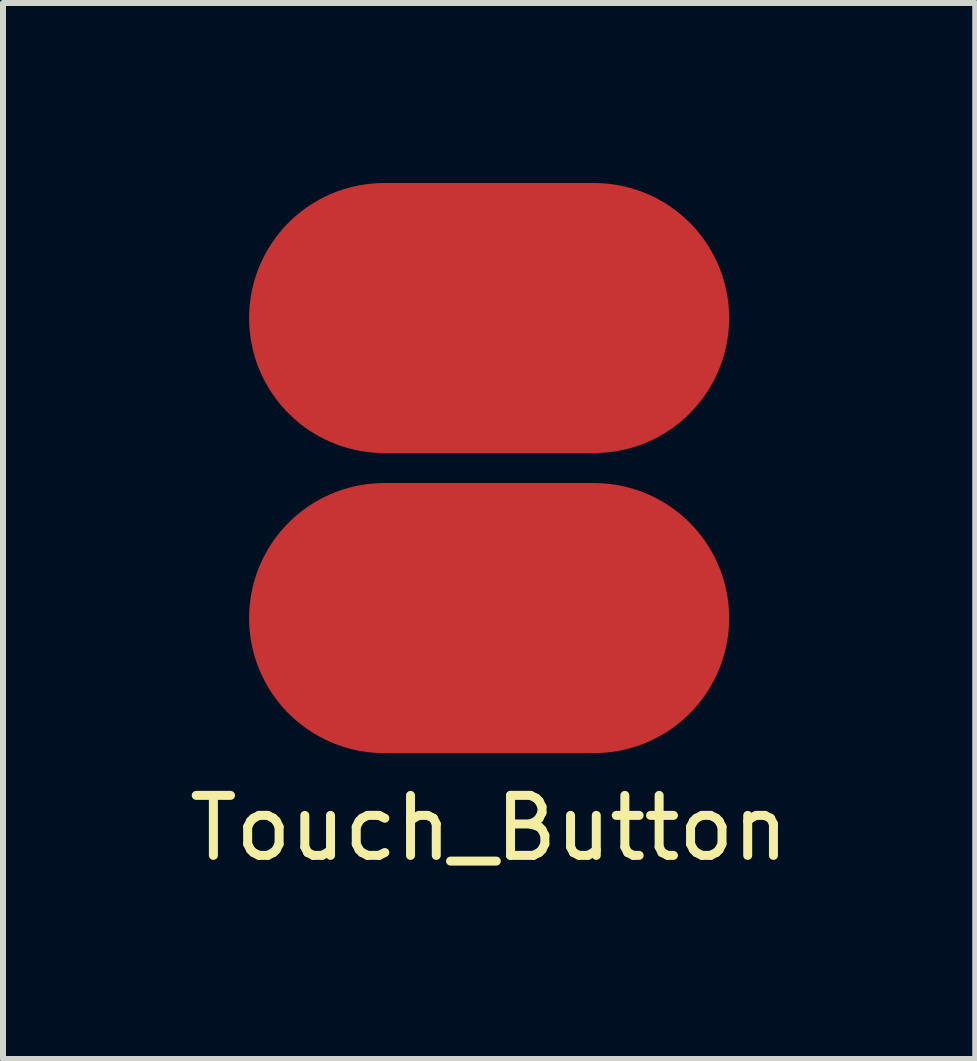
<source format=kicad_pcb>
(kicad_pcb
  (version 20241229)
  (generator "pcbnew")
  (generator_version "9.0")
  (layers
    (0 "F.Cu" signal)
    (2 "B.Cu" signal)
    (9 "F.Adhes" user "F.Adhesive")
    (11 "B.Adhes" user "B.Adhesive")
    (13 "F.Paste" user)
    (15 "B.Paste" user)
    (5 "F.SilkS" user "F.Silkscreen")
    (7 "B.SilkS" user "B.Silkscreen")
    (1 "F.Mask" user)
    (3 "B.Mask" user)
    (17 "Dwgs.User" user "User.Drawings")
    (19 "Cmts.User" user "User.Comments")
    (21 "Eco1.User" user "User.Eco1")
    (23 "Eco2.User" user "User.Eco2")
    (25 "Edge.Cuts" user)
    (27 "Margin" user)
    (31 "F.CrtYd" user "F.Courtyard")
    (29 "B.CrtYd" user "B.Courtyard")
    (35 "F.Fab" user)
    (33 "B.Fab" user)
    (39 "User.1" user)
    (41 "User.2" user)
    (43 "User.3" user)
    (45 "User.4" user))
  (footprint "Touch_Button"
    (layer "F.Cu")
    (at 5.101 4.75)
    (property "Reference" "Touch_Button" (at 0 6 0) (layer "F.SilkS") (effects (font (size 1 1) (thickness 0.15))))
    (attr through_hole)
    (pad "1" smd oval (at 0 -2.5) (size 8 4.5) (layers "F.Cu" "F.Mask"))
    (pad "2" smd oval (at 0 2.5) (size 8 4.5) (layers "F.Cu" "F.Mask")))
  (gr_rect
    (start -3 -3)
    (end 13.202 14.598)
    (stroke (width 0.1) (type default))
    (fill no)
    (layer "Edge.Cuts")))
</source>
